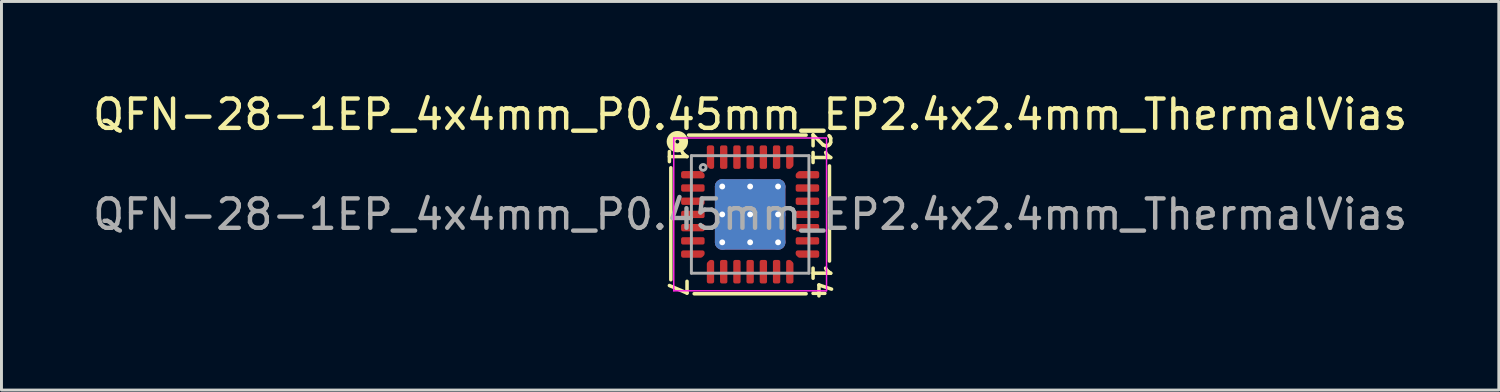
<source format=kicad_pcb>
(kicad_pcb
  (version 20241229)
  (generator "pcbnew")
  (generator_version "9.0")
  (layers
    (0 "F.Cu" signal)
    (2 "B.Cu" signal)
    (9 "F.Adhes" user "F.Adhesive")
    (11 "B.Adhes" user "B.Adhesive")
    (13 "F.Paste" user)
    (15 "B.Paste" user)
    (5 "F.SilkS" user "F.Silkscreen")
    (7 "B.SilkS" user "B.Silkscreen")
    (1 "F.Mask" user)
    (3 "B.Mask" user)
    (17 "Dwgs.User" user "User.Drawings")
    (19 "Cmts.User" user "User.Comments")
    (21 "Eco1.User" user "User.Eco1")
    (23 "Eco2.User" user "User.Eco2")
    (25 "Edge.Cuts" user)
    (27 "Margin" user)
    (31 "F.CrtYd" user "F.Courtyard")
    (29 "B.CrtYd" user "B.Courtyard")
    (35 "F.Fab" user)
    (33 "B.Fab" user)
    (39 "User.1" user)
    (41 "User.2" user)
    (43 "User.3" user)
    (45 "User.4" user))
  (footprint "QFN-28-1EP_4x4mm_P0.45mm_EP2.4x2.4mm_ThermalVias"
    (layer "F.Cu")
    (at 22.482 4.248)
    (property "Reference" "QFN-28-1EP_4x4mm_P0.45mm_EP2.4x2.4mm_ThermalVias" (at 0 -3.4 0) (layer "F.SilkS") (effects (font (size 1 1) (thickness 0.15))))
    (attr smd)
    (fp_line (start -2.7 -1.587) (end -2.7 2.223) (stroke (width 0.12) (type solid)) (layer "F.SilkS"))
    (fp_line (start -1.905 2.7) (end 1.905 2.7) (stroke (width 0.12) (type solid)) (layer "F.SilkS"))
    (fp_line (start 1.905 -2.7) (end -2.095 -2.7) (stroke (width 0.12) (type solid)) (layer "F.SilkS"))
    (fp_line (start 2.7 1.587) (end 2.7 -1.651) (stroke (width 0.12) (type solid)) (layer "F.SilkS"))
    (fp_circle (center -2.477 -2.477) (end -2.413 -2.477) (stroke (width 0.3) (type solid)) (fill no) (layer "F.SilkS"))
    (fp_line (start -2.6 -2.6) (end -2.6 2.6) (stroke (width 0.05) (type solid)) (layer "F.CrtYd"))
    (fp_line (start -2.6 2.6) (end 2.6 2.6) (stroke (width 0.05) (type solid)) (layer "F.CrtYd"))
    (fp_line (start 2.6 -2.6) (end -2.6 -2.6) (stroke (width 0.05) (type solid)) (layer "F.CrtYd"))
    (fp_line (start 2.6 2.6) (end 2.6 -2.6) (stroke (width 0.05) (type solid)) (layer "F.CrtYd"))
    (fp_line (start -2 -2) (end 2 -2) (stroke (width 0.1) (type solid)) (layer "F.Fab"))
    (fp_line (start -2 2) (end -2 -2) (stroke (width 0.1) (type solid)) (layer "F.Fab"))
    (fp_line (start 2 -2) (end 2 2) (stroke (width 0.1) (type solid)) (layer "F.Fab"))
    (fp_line (start 2 2) (end -2 2) (stroke (width 0.1) (type solid)) (layer "F.Fab"))
    (fp_circle (center -1.6 -1.6) (end -1.5 -1.6) (stroke (width 0.1) (type solid)) (fill no) (layer "F.Fab"))
    (fp_text user "7" (at -2.477 2.477 270) (unlocked yes) (layer "F.SilkS") (effects (font (size 0.6 0.6) (thickness 0.12))))
    (fp_text user "21" (at 2.413 -2.223 270) (unlocked yes) (layer "F.SilkS") (effects (font (size 0.6 0.6) (thickness 0.12))))
    (fp_text user "1" (at -2.477 -1.968 270) (unlocked yes) (layer "F.SilkS") (effects (font (size 0.6 0.6) (thickness 0.12))))
    (fp_text user "14" (at 2.413 2.286 270) (unlocked yes) (layer "F.SilkS") (effects (font (size 0.6 0.6) (thickness 0.12))))
    (fp_text user "${REFERENCE}" (at 0 0 0) (layer "F.Fab") (effects (font (size 1 1) (thickness 0.15))))
    (pad "" smd roundrect (at -0.6 -0.6) (size 1.04 1.04) (layers "F.Paste") (roundrect_rratio 0.24))
    (pad "" smd roundrect (at -0.6 0.6) (size 1.04 1.04) (layers "F.Paste") (roundrect_rratio 0.24))
    (pad "" smd roundrect (at 0.6 -0.6) (size 1.04 1.04) (layers "F.Paste") (roundrect_rratio 0.24))
    (pad "" smd roundrect (at 0.6 0.6) (size 1.04 1.04) (layers "F.Paste") (roundrect_rratio 0.24))
    (pad "1" smd custom (at -1.95 -1.35) (size 0.179 0.179) (layers "F.Cu" "F.Mask" "F.Paste") (options (anchor circle)) (primitives (gr_poly (pts (xy 0.338 0.001) (xy 0.338 0.062) (xy -0.338 0.062) (xy -0.338 -0.062) (xy 0.274 -0.062)) (width 0.125) (fill yes))))
    (pad "2" smd roundrect (at -1.95 -0.9) (size 0.8 0.25) (layers "F.Cu" "F.Mask" "F.Paste") (roundrect_rratio 0.25))
    (pad "3" smd roundrect (at -1.95 -0.45) (size 0.8 0.25) (layers "F.Cu" "F.Mask" "F.Paste") (roundrect_rratio 0.25))
    (pad "4" smd roundrect (at -1.95 0) (size 0.8 0.25) (layers "F.Cu" "F.Mask" "F.Paste") (roundrect_rratio 0.25))
    (pad "5" smd roundrect (at -1.95 0.45) (size 0.8 0.25) (layers "F.Cu" "F.Mask" "F.Paste") (roundrect_rratio 0.25))
    (pad "6" smd roundrect (at -1.95 0.9) (size 0.8 0.25) (layers "F.Cu" "F.Mask" "F.Paste") (roundrect_rratio 0.25))
    (pad "7" smd custom (at -1.95 1.35) (size 0.179 0.179) (layers "F.Cu" "F.Mask" "F.Paste") (options (anchor circle)) (primitives (gr_poly (pts (xy 0.338 -0.001) (xy 0.274 0.062) (xy -0.338 0.062) (xy -0.338 -0.062) (xy 0.338 -0.062)) (width 0.125) (fill yes))))
    (pad "8" smd custom (at -1.35 1.95) (size 0.179 0.179) (layers "F.Cu" "F.Mask" "F.Paste") (options (anchor circle)) (primitives (gr_poly (pts (xy 0.062 0.338) (xy -0.062 0.338) (xy -0.062 -0.274) (xy 0.001 -0.338) (xy 0.062 -0.338)) (width 0.125) (fill yes))))
    (pad "9" smd roundrect (at -0.9 1.95) (size 0.25 0.8) (layers "F.Cu" "F.Mask" "F.Paste") (roundrect_rratio 0.25))
    (pad "10" smd roundrect (at -0.45 1.95) (size 0.25 0.8) (layers "F.Cu" "F.Mask" "F.Paste") (roundrect_rratio 0.25))
    (pad "11" smd roundrect (at 0 1.95) (size 0.25 0.8) (layers "F.Cu" "F.Mask" "F.Paste") (roundrect_rratio 0.25))
    (pad "12" smd roundrect (at 0.45 1.95) (size 0.25 0.8) (layers "F.Cu" "F.Mask" "F.Paste") (roundrect_rratio 0.25))
    (pad "13" smd roundrect (at 0.9 1.95) (size 0.25 0.8) (layers "F.Cu" "F.Mask" "F.Paste") (roundrect_rratio 0.25))
    (pad "14" smd custom (at 1.35 1.95) (size 0.179 0.179) (layers "F.Cu" "F.Mask" "F.Paste") (options (anchor circle)) (primitives (gr_poly (pts (xy 0.062 -0.274) (xy 0.062 0.338) (xy -0.062 0.338) (xy -0.062 -0.338) (xy -0.001 -0.338)) (width 0.125) (fill yes))))
    (pad "15" smd custom (at 1.95 1.35) (size 0.179 0.179) (layers "F.Cu" "F.Mask" "F.Paste") (options (anchor circle)) (primitives (gr_poly (pts (xy 0.338 0.062) (xy -0.274 0.062) (xy -0.338 -0.001) (xy -0.338 -0.062) (xy 0.338 -0.062)) (width 0.125) (fill yes))))
    (pad "16" smd roundrect (at 1.95 0.9) (size 0.8 0.25) (layers "F.Cu" "F.Mask" "F.Paste") (roundrect_rratio 0.25))
    (pad "17" smd roundrect (at 1.95 0.45) (size 0.8 0.25) (layers "F.Cu" "F.Mask" "F.Paste") (roundrect_rratio 0.25))
    (pad "18" smd roundrect (at 1.95 0) (size 0.8 0.25) (layers "F.Cu" "F.Mask" "F.Paste") (roundrect_rratio 0.25))
    (pad "19" smd roundrect (at 1.95 -0.45) (size 0.8 0.25) (layers "F.Cu" "F.Mask" "F.Paste") (roundrect_rratio 0.25))
    (pad "20" smd roundrect (at 1.95 -0.9) (size 0.8 0.25) (layers "F.Cu" "F.Mask" "F.Paste") (roundrect_rratio 0.25))
    (pad "21" smd custom (at 1.95 -1.35) (size 0.179 0.179) (layers "F.Cu" "F.Mask" "F.Paste") (options (anchor circle)) (primitives (gr_poly (pts (xy 0.338 0.062) (xy -0.338 0.062) (xy -0.338 0.001) (xy -0.274 -0.062) (xy 0.338 -0.062)) (width 0.125) (fill yes))))
    (pad "22" smd custom (at 1.35 -1.95) (size 0.179 0.179) (layers "F.Cu" "F.Mask" "F.Paste") (options (anchor circle)) (primitives (gr_poly (pts (xy 0.062 0.274) (xy -0.001 0.338) (xy -0.062 0.338) (xy -0.062 -0.338) (xy 0.062 -0.338)) (width 0.125) (fill yes))))
    (pad "23" smd roundrect (at 0.9 -1.95) (size 0.25 0.8) (layers "F.Cu" "F.Mask" "F.Paste") (roundrect_rratio 0.25))
    (pad "24" smd roundrect (at 0.45 -1.95) (size 0.25 0.8) (layers "F.Cu" "F.Mask" "F.Paste") (roundrect_rratio 0.25))
    (pad "25" smd roundrect (at 0 -1.95) (size 0.25 0.8) (layers "F.Cu" "F.Mask" "F.Paste") (roundrect_rratio 0.25))
    (pad "26" smd roundrect (at -0.45 -1.95) (size 0.25 0.8) (layers "F.Cu" "F.Mask" "F.Paste") (roundrect_rratio 0.25))
    (pad "27" smd roundrect (at -0.9 -1.95) (size 0.25 0.8) (layers "F.Cu" "F.Mask" "F.Paste") (roundrect_rratio 0.25))
    (pad "28" smd custom (at -1.35 -1.95) (size 0.179 0.179) (layers "F.Cu" "F.Mask" "F.Paste") (options (anchor circle)) (primitives (gr_poly (pts (xy 0.062 0.338) (xy 0.001 0.338) (xy -0.062 0.274) (xy -0.062 -0.338) (xy 0.062 -0.338)) (width 0.125) (fill yes))))
    (pad "29" thru_hole circle (at -0.95 -0.95) (size 0.5 0.5) (drill 0.2) (property pad_prop_heatsink) (layers "*.Cu"))
    (pad "29" thru_hole circle (at -0.95 0) (size 0.5 0.5) (drill 0.2) (property pad_prop_heatsink) (layers "*.Cu"))
    (pad "29" thru_hole circle (at -0.95 0.95) (size 0.5 0.5) (drill 0.2) (property pad_prop_heatsink) (layers "*.Cu"))
    (pad "29" thru_hole circle (at 0 -0.95) (size 0.5 0.5) (drill 0.2) (property pad_prop_heatsink) (layers "*.Cu"))
    (pad "29" thru_hole circle (at 0 0) (size 0.5 0.5) (drill 0.2) (property pad_prop_heatsink) (layers "*.Cu"))
    (pad "29" smd roundrect (at 0 0) (size 2.4 2.4) (layers "F.Cu" "F.Mask") (roundrect_rratio 0.104))
    (pad "29" smd roundrect (at 0 0) (size 2.4 2.4) (layers "B.Cu" "B.Mask") (roundrect_rratio 0.104))
    (pad "29" thru_hole circle (at 0 0.95) (size 0.5 0.5) (drill 0.2) (property pad_prop_heatsink) (layers "*.Cu"))
    (pad "29" thru_hole circle (at 0.95 -0.95) (size 0.5 0.5) (drill 0.2) (property pad_prop_heatsink) (layers "*.Cu"))
    (pad "29" thru_hole circle (at 0.95 0) (size 0.5 0.5) (drill 0.2) (property pad_prop_heatsink) (layers "*.Cu"))
    (pad "29" thru_hole circle (at 0.95 0.95) (size 0.5 0.5) (drill 0.2) (property pad_prop_heatsink) (layers "*.Cu")))
  (gr_rect
    (start -3 -3)
    (end 47.964 10.226)
    (stroke (width 0.1) (type default))
    (fill no)
    (layer "Edge.Cuts")))
</source>
